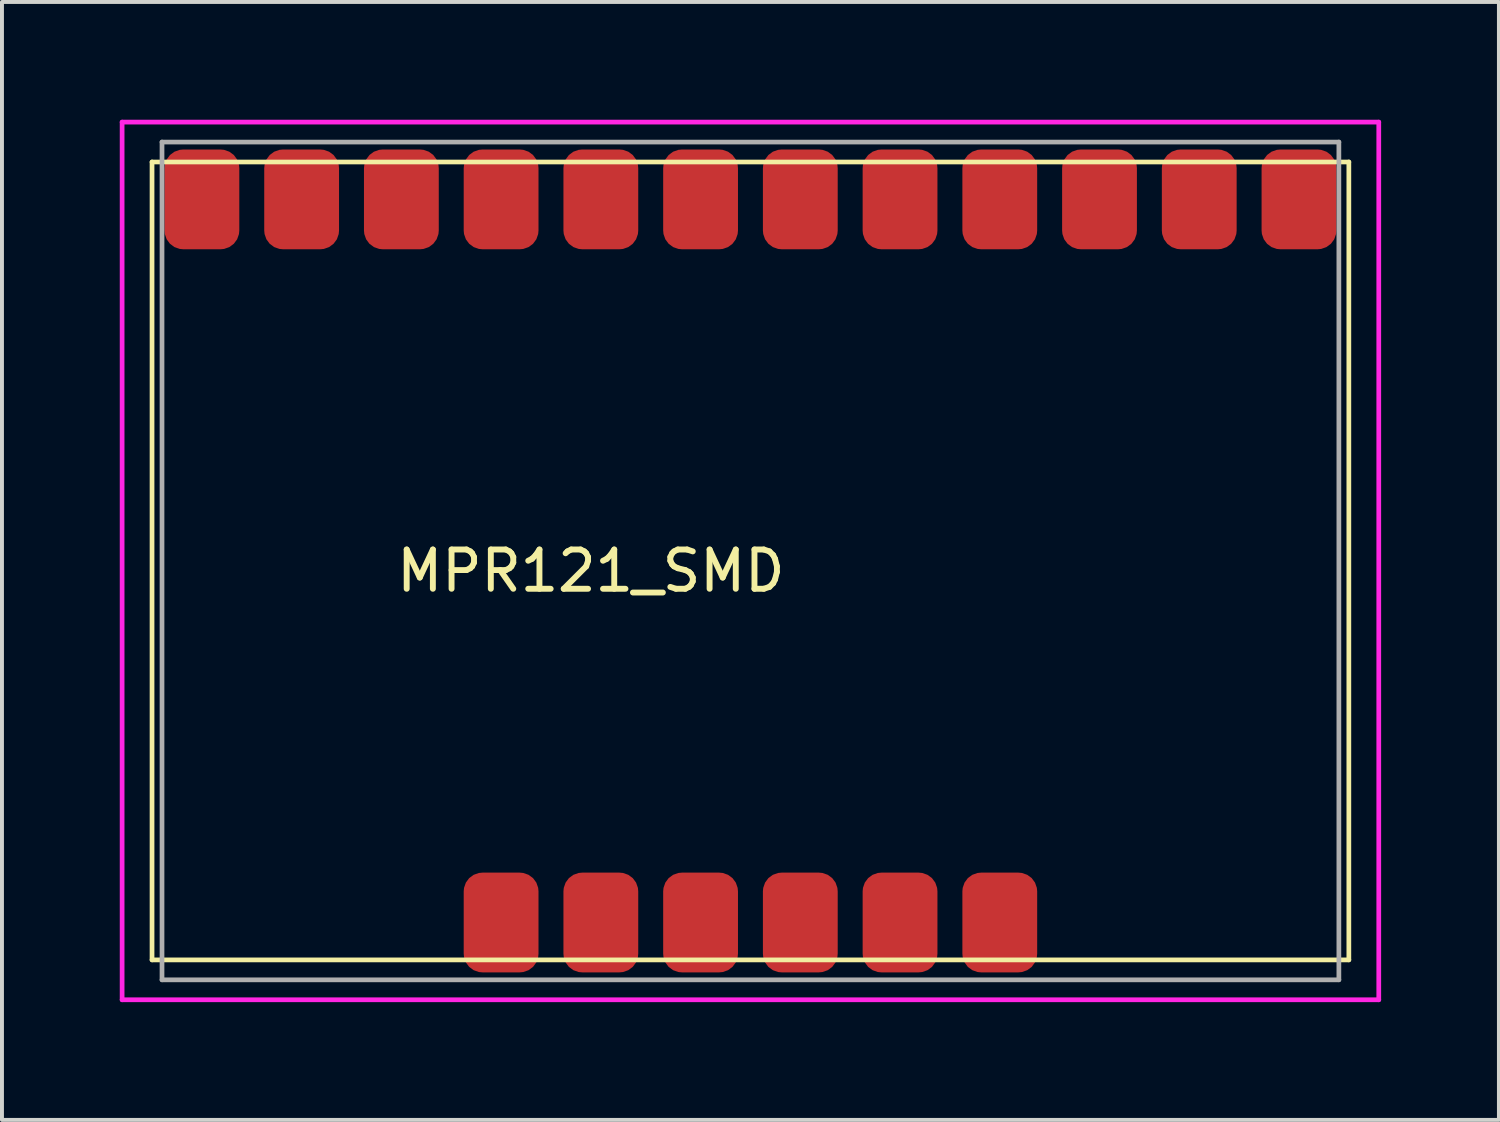
<source format=kicad_pcb>
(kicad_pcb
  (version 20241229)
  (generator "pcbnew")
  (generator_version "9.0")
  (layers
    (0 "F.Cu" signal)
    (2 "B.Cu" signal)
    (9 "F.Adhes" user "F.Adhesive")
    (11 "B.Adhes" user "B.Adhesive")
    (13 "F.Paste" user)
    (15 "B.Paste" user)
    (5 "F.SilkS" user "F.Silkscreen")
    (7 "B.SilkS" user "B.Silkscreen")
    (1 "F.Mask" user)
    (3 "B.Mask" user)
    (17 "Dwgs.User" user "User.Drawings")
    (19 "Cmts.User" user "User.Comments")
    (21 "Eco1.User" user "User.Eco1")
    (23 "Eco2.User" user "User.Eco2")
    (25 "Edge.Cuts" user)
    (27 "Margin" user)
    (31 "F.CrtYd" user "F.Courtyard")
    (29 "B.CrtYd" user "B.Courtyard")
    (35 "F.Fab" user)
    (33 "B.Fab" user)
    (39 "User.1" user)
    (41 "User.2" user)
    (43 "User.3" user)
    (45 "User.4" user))
  (footprint "MPR121_SMD"
    (layer "F.Cu")
    (at 16.062 11.236)
    (property "Reference" "MPR121_SMD" (at -4.064 0.254 0) (layer "F.SilkS") (effects (font (size 1 1) (thickness 0.15))))
    (attr through_hole)
    (fp_line (start -15.24 -10.16) (end -15.24 10.16) (stroke (width 0.12) (type solid)) (layer "F.SilkS"))
    (fp_line (start -15.24 -10.16) (end 15.24 -10.16) (stroke (width 0.12) (type solid)) (layer "F.SilkS"))
    (fp_line (start 15.24 -10.16) (end 15.24 10.16) (stroke (width 0.12) (type solid)) (layer "F.SilkS"))
    (fp_line (start 15.24 10.16) (end -15.24 10.16) (stroke (width 0.12) (type solid)) (layer "F.SilkS"))
    (fp_line (start -16.002 -11.176) (end 16.002 -11.176) (stroke (width 0.12) (type solid)) (layer "F.CrtYd"))
    (fp_line (start -16.002 11.176) (end -16.002 -11.176) (stroke (width 0.12) (type solid)) (layer "F.CrtYd"))
    (fp_line (start 16.002 -11.176) (end 16.002 11.176) (stroke (width 0.12) (type solid)) (layer "F.CrtYd"))
    (fp_line (start 16.002 11.176) (end -16.002 11.176) (stroke (width 0.12) (type solid)) (layer "F.CrtYd"))
    (fp_line (start -14.986 -10.668) (end 14.986 -10.668) (stroke (width 0.12) (type solid)) (layer "F.Fab"))
    (fp_line (start -14.986 10.668) (end -14.986 -10.668) (stroke (width 0.12) (type solid)) (layer "F.Fab"))
    (fp_line (start 14.986 -10.668) (end 14.986 10.668) (stroke (width 0.12) (type solid)) (layer "F.Fab"))
    (fp_line (start 14.986 10.668) (end -14.986 10.668) (stroke (width 0.12) (type solid)) (layer "F.Fab"))
    (pad "1" smd roundrect (at -6.35 8.89) (size 1.905 2.54) (drill oval (offset 0 0.318)) (layers "F.Cu" "F.Mask" "F.Paste") (roundrect_rratio 0.25))
    (pad "2" smd roundrect (at -3.81 8.89) (size 1.905 2.54) (drill oval (offset 0 0.318)) (layers "F.Cu" "F.Mask" "F.Paste") (roundrect_rratio 0.25))
    (pad "3" smd roundrect (at -1.27 8.89) (size 1.905 2.54) (drill oval (offset 0 0.318)) (layers "F.Cu" "F.Mask" "F.Paste") (roundrect_rratio 0.25))
    (pad "4" smd roundrect (at 1.27 8.89) (size 1.905 2.54) (drill oval (offset 0 0.318)) (layers "F.Cu" "F.Mask" "F.Paste") (roundrect_rratio 0.25))
    (pad "5" smd roundrect (at 3.81 8.89) (size 1.905 2.54) (drill oval (offset 0 0.318)) (layers "F.Cu" "F.Mask" "F.Paste") (roundrect_rratio 0.25))
    (pad "6" smd roundrect (at 6.35 8.89) (size 1.905 2.54) (drill oval (offset 0 0.318)) (layers "F.Cu" "F.Mask" "F.Paste") (roundrect_rratio 0.25))
    (pad "7" smd roundrect (at -13.97 -8.89) (size 1.905 2.54) (drill oval (offset 0 -0.318)) (layers "F.Cu" "F.Mask" "F.Paste") (roundrect_rratio 0.25))
    (pad "8" smd roundrect (at -11.43 -8.89) (size 1.905 2.54) (drill oval (offset 0 -0.318)) (layers "F.Cu" "F.Mask" "F.Paste") (roundrect_rratio 0.25))
    (pad "9" smd roundrect (at -8.89 -8.89) (size 1.905 2.54) (drill oval (offset 0 -0.318)) (layers "F.Cu" "F.Mask" "F.Paste") (roundrect_rratio 0.25))
    (pad "10" smd roundrect (at -6.35 -8.89) (size 1.905 2.54) (drill oval (offset 0 -0.318)) (layers "F.Cu" "F.Mask" "F.Paste") (roundrect_rratio 0.25))
    (pad "11" smd roundrect (at -3.81 -8.89) (size 1.905 2.54) (drill oval (offset 0 -0.318)) (layers "F.Cu" "F.Mask" "F.Paste") (roundrect_rratio 0.25))
    (pad "12" smd roundrect (at -1.27 -8.89) (size 1.905 2.54) (drill oval (offset 0 -0.318)) (layers "F.Cu" "F.Mask" "F.Paste") (roundrect_rratio 0.25))
    (pad "13" smd roundrect (at 1.27 -8.89) (size 1.905 2.54) (drill oval (offset 0 -0.318)) (layers "F.Cu" "F.Mask" "F.Paste") (roundrect_rratio 0.25))
    (pad "14" smd roundrect (at 3.81 -8.89) (size 1.905 2.54) (drill oval (offset 0 -0.318)) (layers "F.Cu" "F.Mask" "F.Paste") (roundrect_rratio 0.25))
    (pad "15" smd roundrect (at 6.35 -8.89) (size 1.905 2.54) (drill oval (offset 0 -0.318)) (layers "F.Cu" "F.Mask" "F.Paste") (roundrect_rratio 0.25))
    (pad "16" smd roundrect (at 8.89 -8.89) (size 1.905 2.54) (drill oval (offset 0 -0.318)) (layers "F.Cu" "F.Mask" "F.Paste") (roundrect_rratio 0.25))
    (pad "17" smd roundrect (at 11.43 -8.89) (size 1.905 2.54) (drill oval (offset 0 -0.318)) (layers "F.Cu" "F.Mask" "F.Paste") (roundrect_rratio 0.25))
    (pad "18" smd roundrect (at 13.97 -8.89) (size 1.905 2.54) (drill oval (offset 0 -0.318)) (layers "F.Cu" "F.Mask" "F.Paste") (roundrect_rratio 0.25)))
  (gr_rect
    (start -3 -3)
    (end 35.124 25.472)
    (stroke (width 0.1) (type default))
    (fill no)
    (layer "Edge.Cuts")))
</source>
